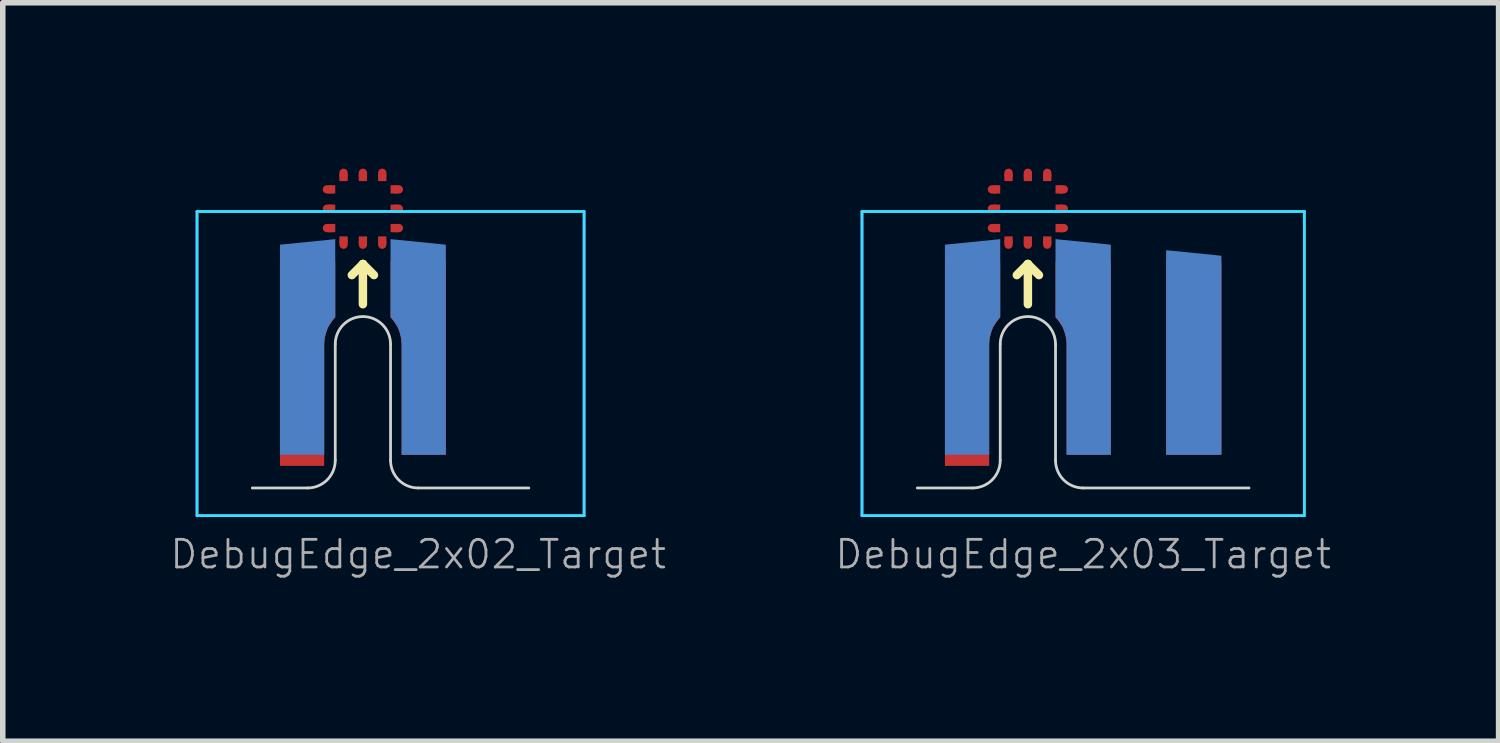
<source format=kicad_pcb>
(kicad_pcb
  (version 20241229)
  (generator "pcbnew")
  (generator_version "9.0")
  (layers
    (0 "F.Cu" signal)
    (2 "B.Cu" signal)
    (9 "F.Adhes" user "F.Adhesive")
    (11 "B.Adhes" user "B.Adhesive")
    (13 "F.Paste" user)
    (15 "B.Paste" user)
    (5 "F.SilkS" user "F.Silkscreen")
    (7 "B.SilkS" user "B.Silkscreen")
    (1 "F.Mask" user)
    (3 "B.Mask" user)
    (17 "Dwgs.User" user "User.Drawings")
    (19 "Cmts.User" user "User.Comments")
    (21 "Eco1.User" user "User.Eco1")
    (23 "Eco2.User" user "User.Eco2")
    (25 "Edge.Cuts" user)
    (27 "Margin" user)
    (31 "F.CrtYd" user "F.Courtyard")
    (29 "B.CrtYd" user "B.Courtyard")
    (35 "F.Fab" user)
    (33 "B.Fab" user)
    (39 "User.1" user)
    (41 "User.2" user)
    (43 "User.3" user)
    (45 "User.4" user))
  (footprint "DebugEdge_2x03_Target"
    (layer "F.Cu")
    (at 16.539 5.775)
    (property "Reference" "DebugEdge_2x03_Target" (at 0 1.2 0) (unlocked yes) (layer "F.Fab") (effects (font (size 0.5 0.5) (thickness 0.05))))
    (attr exclude_from_pos_files exclude_from_bom)
    (fp_line (start -1.6 -5.4) (end -1.65 -5.4) (stroke (width 0.15) (type solid)) (layer "F.Cu"))
    (fp_line (start -1.6 -5.05) (end -1.65 -5.05) (stroke (width 0.15) (type solid)) (layer "F.Cu"))
    (fp_line (start -1.6 -4.7) (end -1.65 -4.7) (stroke (width 0.15) (type solid)) (layer "F.Cu"))
    (fp_line (start -1.35 -5.65) (end -1.35 -5.7) (stroke (width 0.15) (type solid)) (layer "F.Cu"))
    (fp_line (start -1.35 -4.45) (end -1.35 -4.4) (stroke (width 0.15) (type solid)) (layer "F.Cu"))
    (fp_line (start -1 -5.65) (end -1 -5.7) (stroke (width 0.15) (type solid)) (layer "F.Cu"))
    (fp_line (start -1 -4.45) (end -1 -4.4) (stroke (width 0.15) (type solid)) (layer "F.Cu"))
    (fp_line (start -0.65 -5.65) (end -0.65 -5.7) (stroke (width 0.15) (type solid)) (layer "F.Cu"))
    (fp_line (start -0.65 -4.45) (end -0.65 -4.4) (stroke (width 0.15) (type solid)) (layer "F.Cu"))
    (fp_line (start -0.4 -5.4) (end -0.35 -5.4) (stroke (width 0.15) (type solid)) (layer "F.Cu"))
    (fp_line (start -0.4 -5.05) (end -0.35 -5.05) (stroke (width 0.15) (type solid)) (layer "F.Cu"))
    (fp_line (start -0.4 -4.7) (end -0.35 -4.7) (stroke (width 0.15) (type solid)) (layer "F.Cu"))
    (fp_poly (pts (xy -1.5 -5.475) (xy -1.5 -5.325) (xy -1.625 -5.325) (xy -1.625 -5.475)) (stroke (width 0) (type solid)) (fill yes) (layer "F.Cu"))
    (fp_poly (pts (xy -1.5 -5.125) (xy -1.5 -4.975) (xy -1.625 -4.975) (xy -1.625 -5.125)) (stroke (width 0) (type solid)) (fill yes) (layer "F.Cu"))
    (fp_poly (pts (xy -1.5 -4.775) (xy -1.5 -4.625) (xy -1.625 -4.625) (xy -1.625 -4.775)) (stroke (width 0) (type solid)) (fill yes) (layer "F.Cu"))
    (fp_poly (pts (xy -1.425 -4.55) (xy -1.275 -4.55) (xy -1.275 -4.425) (xy -1.425 -4.425)) (stroke (width 0) (type solid)) (fill yes) (layer "F.Cu"))
    (fp_poly (pts (xy -1.275 -5.55) (xy -1.425 -5.55) (xy -1.425 -5.675) (xy -1.275 -5.675)) (stroke (width 0) (type solid)) (fill yes) (layer "F.Cu"))
    (fp_poly (pts (xy -1.075 -4.55) (xy -0.925 -4.55) (xy -0.925 -4.425) (xy -1.075 -4.425)) (stroke (width 0) (type solid)) (fill yes) (layer "F.Cu"))
    (fp_poly (pts (xy -0.925 -5.55) (xy -1.075 -5.55) (xy -1.075 -5.675) (xy -0.925 -5.675)) (stroke (width 0) (type solid)) (fill yes) (layer "F.Cu"))
    (fp_poly (pts (xy -0.725 -4.55) (xy -0.575 -4.55) (xy -0.575 -4.425) (xy -0.725 -4.425)) (stroke (width 0) (type solid)) (fill yes) (layer "F.Cu"))
    (fp_poly (pts (xy -0.575 -5.55) (xy -0.725 -5.55) (xy -0.725 -5.675) (xy -0.575 -5.675)) (stroke (width 0) (type solid)) (fill yes) (layer "F.Cu"))
    (fp_poly (pts (xy -0.5 -5.325) (xy -0.5 -5.475) (xy -0.375 -5.475) (xy -0.375 -5.325)) (stroke (width 0) (type solid)) (fill yes) (layer "F.Cu"))
    (fp_poly (pts (xy -0.5 -4.975) (xy -0.5 -5.125) (xy -0.375 -5.125) (xy -0.375 -4.975)) (stroke (width 0) (type solid)) (fill yes) (layer "F.Cu"))
    (fp_poly (pts (xy -0.5 -4.625) (xy -0.5 -4.775) (xy -0.375 -4.775) (xy -0.375 -4.625)) (stroke (width 0) (type solid)) (fill yes) (layer "F.Cu"))
    (fp_line (start -1.5 -5.4) (end -1.65 -5.4) (stroke (width 0.15) (type solid)) (layer "F.Mask"))
    (fp_line (start -1.5 -5.05) (end -1.65 -5.05) (stroke (width 0.15) (type solid)) (layer "F.Mask"))
    (fp_line (start -1.5 -4.7) (end -1.65 -4.7) (stroke (width 0.15) (type solid)) (layer "F.Mask"))
    (fp_line (start -1.35 -5.55) (end -1.35 -5.7) (stroke (width 0.15) (type solid)) (layer "F.Mask"))
    (fp_line (start -1.35 -4.55) (end -1.35 -4.4) (stroke (width 0.15) (type solid)) (layer "F.Mask"))
    (fp_line (start -1 -5.55) (end -1 -5.7) (stroke (width 0.15) (type solid)) (layer "F.Mask"))
    (fp_line (start -1 -4.55) (end -1 -4.4) (stroke (width 0.15) (type solid)) (layer "F.Mask"))
    (fp_line (start -0.65 -5.55) (end -0.65 -5.7) (stroke (width 0.15) (type solid)) (layer "F.Mask"))
    (fp_line (start -0.65 -4.55) (end -0.65 -4.4) (stroke (width 0.15) (type solid)) (layer "F.Mask"))
    (fp_line (start -0.5 -5.4) (end -0.35 -5.4) (stroke (width 0.15) (type solid)) (layer "F.Mask"))
    (fp_line (start -0.5 -5.05) (end -0.35 -5.05) (stroke (width 0.15) (type solid)) (layer "F.Mask"))
    (fp_line (start -0.5 -4.7) (end -0.35 -4.7) (stroke (width 0.15) (type solid)) (layer "F.Mask"))
    (fp_poly (pts (xy -0.55 -4.6) (xy -1.45 -4.6) (xy -1.45 -5.5) (xy -0.55 -5.5)) (stroke (width 0.1) (type solid)) (fill yes) (layer "F.Mask"))
    (fp_line (start -1.2 -3.85) (end -1 -4.05) (stroke (width 0.153) (type solid)) (layer "F.SilkS"))
    (fp_line (start -1 -4.05) (end -1 -3.323) (stroke (width 0.153) (type solid)) (layer "F.SilkS"))
    (fp_line (start -1 -4.05) (end -0.8 -3.85) (stroke (width 0.153) (type solid)) (layer "F.SilkS"))
    (fp_line (start -3 0) (end -2 0) (stroke (width 0.05) (type solid)) (layer "Edge.Cuts"))
    (fp_line (start -1.5 -2.6) (end -1.5 -0.5) (stroke (width 0.05) (type solid)) (layer "Edge.Cuts"))
    (fp_line (start -0.5 -0.5) (end -0.5 -2.6) (stroke (width 0.05) (type solid)) (layer "Edge.Cuts"))
    (fp_line (start 0 0) (end 3 0) (stroke (width 0.05) (type solid)) (layer "Edge.Cuts"))
    (fp_arc (start -1.5 -2.6) (mid -1 -3.1) (end -0.5 -2.6) (stroke (width 0.05) (type solid)) (layer "Edge.Cuts"))
    (fp_arc (start -1.5 -0.5) (mid -1.646447 -0.146447) (end -2 0) (stroke (width 0.05) (type solid)) (layer "Edge.Cuts"))
    (fp_arc (start 0 0) (mid -0.353553 -0.146447) (end -0.5 -0.5) (stroke (width 0.05) (type solid)) (layer "Edge.Cuts"))
    (fp_line (start -4 -5) (end -4 0.5) (stroke (width 0.05) (type solid)) (layer "B.CrtYd"))
    (fp_line (start -4 0.5) (end 4 0.5) (stroke (width 0.05) (type solid)) (layer "B.CrtYd"))
    (fp_line (start 4 -5) (end -4 -5) (stroke (width 0.05) (type solid)) (layer "B.CrtYd"))
    (fp_line (start 4 0.5) (end 4 -5) (stroke (width 0.05) (type solid)) (layer "B.CrtYd"))
    (fp_line (start -4 -5) (end 4 -5) (stroke (width 0.05) (type solid)) (layer "F.CrtYd"))
    (fp_line (start -4 0.5) (end -4 -5) (stroke (width 0.05) (type solid)) (layer "F.CrtYd"))
    (fp_line (start 4 -5) (end 4 0.5) (stroke (width 0.05) (type solid)) (layer "F.CrtYd"))
    (fp_line (start 4 0.5) (end -4 0.5) (stroke (width 0.05) (type solid)) (layer "F.CrtYd"))
    (pad "1" smd custom (at -2 -3.6) (size 1 1) (layers "F.Cu" "F.Mask") (options (anchor rect)) (primitives (gr_poly (pts (xy 0.3 1) (xy 0.31 0.89) (xy 0.33 0.81) (xy 0.35 0.75) (xy 0.37 0.7) (xy 0.4 0.65) (xy 0.44 0.59) (xy 0.48 0.54) (xy 0.5 0.52) (xy 0.5 -0.5) (xy -0.5 -0.5) (xy -0.5 3.2) (xy 0.3 3.2)) (width 0) (fill yes))))
    (pad "2" smd custom (at 0 -3.6) (size 1 1) (layers "F.Cu" "F.Mask") (options (anchor rect)) (primitives (gr_poly (pts (xy -0.3 1) (xy -0.31 0.89) (xy -0.33 0.81) (xy -0.35 0.75) (xy -0.37 0.7) (xy -0.4 0.65) (xy -0.44 0.59) (xy -0.48 0.54) (xy -0.5 0.52) (xy -0.5 -0.5) (xy 0.5 -0.5) (xy 0.5 3) (xy -0.3 3)) (width 0) (fill yes))))
    (pad "3" smd custom (at -2 -2.1) (size 0.4 0.4) (layers "B.Cu" "B.Mask") (options (anchor rect)) (primitives (gr_poly (pts (xy 0.3 -0.51) (xy 0.31 -0.62) (xy 0.33 -0.7) (xy 0.35 -0.76) (xy 0.37 -0.81) (xy 0.4 -0.86) (xy 0.44 -0.92) (xy 0.48 -0.97) (xy 0.5 -0.99) (xy 0.5 -2.4) (xy -0.5 -2.3) (xy -0.5 1.5) (xy 0.3 1.5)) (width 0) (fill yes))))
    (pad "4" smd custom (at 0 -2.1) (size 0.4 0.4) (layers "B.Cu" "B.Mask") (options (anchor rect)) (primitives (gr_poly (pts (xy -0.3 -0.51) (xy -0.31 -0.62) (xy -0.33 -0.7) (xy -0.35 -0.76) (xy -0.37 -0.81) (xy -0.4 -0.86) (xy -0.44 -0.92) (xy -0.48 -0.97) (xy -0.5 -0.99) (xy -0.5 -2.4) (xy 0.5 -2.3) (xy 0.5 1.5) (xy -0.3 1.5)) (width 0) (fill yes))))
    (pad "5" smd rect (at 2 -2.35 180) (size 1 3.5) (layers "F.Cu" "F.Mask"))
    (pad "6" smd custom (at 2 -2.4) (size 1 3.6) (layers "B.Cu" "B.Mask") (options (anchor rect)) (primitives (gr_poly (pts (xy -0.5 -1.8) (xy -0.5 -1.9) (xy 0.5 -1.8)) (width 0) (fill yes)))))
  (footprint "DebugEdge_2x02_Target"
    (layer "F.Cu")
    (at 4.513 5.775)
    (property "Reference" "DebugEdge_2x02_Target" (at 0 1.2 0) (unlocked yes) (layer "F.Fab") (effects (font (size 0.5 0.5) (thickness 0.05))))
    (attr exclude_from_pos_files exclude_from_bom)
    (fp_line (start -1.6 -5.4) (end -1.65 -5.4) (stroke (width 0.15) (type solid)) (layer "F.Cu"))
    (fp_line (start -1.6 -5.05) (end -1.65 -5.05) (stroke (width 0.15) (type solid)) (layer "F.Cu"))
    (fp_line (start -1.6 -4.7) (end -1.65 -4.7) (stroke (width 0.15) (type solid)) (layer "F.Cu"))
    (fp_line (start -1.35 -5.65) (end -1.35 -5.7) (stroke (width 0.15) (type solid)) (layer "F.Cu"))
    (fp_line (start -1.35 -4.45) (end -1.35 -4.4) (stroke (width 0.15) (type solid)) (layer "F.Cu"))
    (fp_line (start -1 -5.65) (end -1 -5.7) (stroke (width 0.15) (type solid)) (layer "F.Cu"))
    (fp_line (start -1 -4.45) (end -1 -4.4) (stroke (width 0.15) (type solid)) (layer "F.Cu"))
    (fp_line (start -0.65 -5.65) (end -0.65 -5.7) (stroke (width 0.15) (type solid)) (layer "F.Cu"))
    (fp_line (start -0.65 -4.45) (end -0.65 -4.4) (stroke (width 0.15) (type solid)) (layer "F.Cu"))
    (fp_line (start -0.4 -5.4) (end -0.35 -5.4) (stroke (width 0.15) (type solid)) (layer "F.Cu"))
    (fp_line (start -0.4 -5.05) (end -0.35 -5.05) (stroke (width 0.15) (type solid)) (layer "F.Cu"))
    (fp_line (start -0.4 -4.7) (end -0.35 -4.7) (stroke (width 0.15) (type solid)) (layer "F.Cu"))
    (fp_poly (pts (xy -1.5 -5.475) (xy -1.5 -5.325) (xy -1.625 -5.325) (xy -1.625 -5.475)) (stroke (width 0) (type solid)) (fill yes) (layer "F.Cu"))
    (fp_poly (pts (xy -1.5 -5.125) (xy -1.5 -4.975) (xy -1.625 -4.975) (xy -1.625 -5.125)) (stroke (width 0) (type solid)) (fill yes) (layer "F.Cu"))
    (fp_poly (pts (xy -1.5 -4.775) (xy -1.5 -4.625) (xy -1.625 -4.625) (xy -1.625 -4.775)) (stroke (width 0) (type solid)) (fill yes) (layer "F.Cu"))
    (fp_poly (pts (xy -1.425 -4.55) (xy -1.275 -4.55) (xy -1.275 -4.425) (xy -1.425 -4.425)) (stroke (width 0) (type solid)) (fill yes) (layer "F.Cu"))
    (fp_poly (pts (xy -1.275 -5.55) (xy -1.425 -5.55) (xy -1.425 -5.675) (xy -1.275 -5.675)) (stroke (width 0) (type solid)) (fill yes) (layer "F.Cu"))
    (fp_poly (pts (xy -1.075 -4.55) (xy -0.925 -4.55) (xy -0.925 -4.425) (xy -1.075 -4.425)) (stroke (width 0) (type solid)) (fill yes) (layer "F.Cu"))
    (fp_poly (pts (xy -0.925 -5.55) (xy -1.075 -5.55) (xy -1.075 -5.675) (xy -0.925 -5.675)) (stroke (width 0) (type solid)) (fill yes) (layer "F.Cu"))
    (fp_poly (pts (xy -0.725 -4.55) (xy -0.575 -4.55) (xy -0.575 -4.425) (xy -0.725 -4.425)) (stroke (width 0) (type solid)) (fill yes) (layer "F.Cu"))
    (fp_poly (pts (xy -0.575 -5.55) (xy -0.725 -5.55) (xy -0.725 -5.675) (xy -0.575 -5.675)) (stroke (width 0) (type solid)) (fill yes) (layer "F.Cu"))
    (fp_poly (pts (xy -0.5 -5.325) (xy -0.5 -5.475) (xy -0.375 -5.475) (xy -0.375 -5.325)) (stroke (width 0) (type solid)) (fill yes) (layer "F.Cu"))
    (fp_poly (pts (xy -0.5 -4.975) (xy -0.5 -5.125) (xy -0.375 -5.125) (xy -0.375 -4.975)) (stroke (width 0) (type solid)) (fill yes) (layer "F.Cu"))
    (fp_poly (pts (xy -0.5 -4.625) (xy -0.5 -4.775) (xy -0.375 -4.775) (xy -0.375 -4.625)) (stroke (width 0) (type solid)) (fill yes) (layer "F.Cu"))
    (fp_line (start -1.5 -5.4) (end -1.65 -5.4) (stroke (width 0.15) (type solid)) (layer "F.Mask"))
    (fp_line (start -1.5 -5.05) (end -1.65 -5.05) (stroke (width 0.15) (type solid)) (layer "F.Mask"))
    (fp_line (start -1.5 -4.7) (end -1.65 -4.7) (stroke (width 0.15) (type solid)) (layer "F.Mask"))
    (fp_line (start -1.35 -5.55) (end -1.35 -5.7) (stroke (width 0.15) (type solid)) (layer "F.Mask"))
    (fp_line (start -1.35 -4.55) (end -1.35 -4.4) (stroke (width 0.15) (type solid)) (layer "F.Mask"))
    (fp_line (start -1 -5.55) (end -1 -5.7) (stroke (width 0.15) (type solid)) (layer "F.Mask"))
    (fp_line (start -1 -4.55) (end -1 -4.4) (stroke (width 0.15) (type solid)) (layer "F.Mask"))
    (fp_line (start -0.65 -5.55) (end -0.65 -5.7) (stroke (width 0.15) (type solid)) (layer "F.Mask"))
    (fp_line (start -0.65 -4.55) (end -0.65 -4.4) (stroke (width 0.15) (type solid)) (layer "F.Mask"))
    (fp_line (start -0.5 -5.4) (end -0.35 -5.4) (stroke (width 0.15) (type solid)) (layer "F.Mask"))
    (fp_line (start -0.5 -5.05) (end -0.35 -5.05) (stroke (width 0.15) (type solid)) (layer "F.Mask"))
    (fp_line (start -0.5 -4.7) (end -0.35 -4.7) (stroke (width 0.15) (type solid)) (layer "F.Mask"))
    (fp_poly (pts (xy -0.55 -4.6) (xy -1.45 -4.6) (xy -1.45 -5.5) (xy -0.55 -5.5)) (stroke (width 0.1) (type solid)) (fill yes) (layer "F.Mask"))
    (fp_line (start -1.2 -3.85) (end -1 -4.05) (stroke (width 0.153) (type solid)) (layer "F.SilkS"))
    (fp_line (start -1 -4.05) (end -1 -3.323) (stroke (width 0.153) (type solid)) (layer "F.SilkS"))
    (fp_line (start -1 -4.05) (end -0.8 -3.85) (stroke (width 0.153) (type solid)) (layer "F.SilkS"))
    (fp_line (start -3 0) (end -2 0) (stroke (width 0.05) (type solid)) (layer "Edge.Cuts"))
    (fp_line (start -1.5 -2.6) (end -1.5 -0.5) (stroke (width 0.05) (type solid)) (layer "Edge.Cuts"))
    (fp_line (start -0.5 -0.5) (end -0.5 -2.6) (stroke (width 0.05) (type solid)) (layer "Edge.Cuts"))
    (fp_line (start 0 0) (end 2 0) (stroke (width 0.05) (type solid)) (layer "Edge.Cuts"))
    (fp_arc (start -1.5 -2.6) (mid -1 -3.1) (end -0.5 -2.6) (stroke (width 0.05) (type solid)) (layer "Edge.Cuts"))
    (fp_arc (start -1.5 -0.5) (mid -1.646447 -0.146447) (end -2 0) (stroke (width 0.05) (type solid)) (layer "Edge.Cuts"))
    (fp_arc (start 0 0) (mid -0.353553 -0.146447) (end -0.5 -0.5) (stroke (width 0.05) (type solid)) (layer "Edge.Cuts"))
    (fp_line (start -4 -5) (end -4 0.5) (stroke (width 0.05) (type solid)) (layer "B.CrtYd"))
    (fp_line (start -4 0.5) (end 3 0.5) (stroke (width 0.05) (type solid)) (layer "B.CrtYd"))
    (fp_line (start 3 -5) (end -4 -5) (stroke (width 0.05) (type solid)) (layer "B.CrtYd"))
    (fp_line (start 3 0.5) (end 3 -5) (stroke (width 0.05) (type solid)) (layer "B.CrtYd"))
    (fp_line (start -4 -5) (end 3 -5) (stroke (width 0.05) (type solid)) (layer "F.CrtYd"))
    (fp_line (start -4 0.5) (end -4 -5) (stroke (width 0.05) (type solid)) (layer "F.CrtYd"))
    (fp_line (start 3 -5) (end 3 0.5) (stroke (width 0.05) (type solid)) (layer "F.CrtYd"))
    (fp_line (start 3 0.5) (end -4 0.5) (stroke (width 0.05) (type solid)) (layer "F.CrtYd"))
    (pad "1" smd custom (at -2 -3.6) (size 1 1) (layers "F.Cu" "F.Mask") (options (anchor rect)) (primitives (gr_poly (pts (xy 0.3 1) (xy 0.31 0.89) (xy 0.33 0.81) (xy 0.35 0.75) (xy 0.37 0.7) (xy 0.4 0.65) (xy 0.44 0.59) (xy 0.48 0.54) (xy 0.5 0.52) (xy 0.5 -0.5) (xy -0.5 -0.5) (xy -0.5 3.2) (xy 0.3 3.2)) (width 0) (fill yes))))
    (pad "2" smd custom (at 0 -3.6) (size 1 1) (layers "F.Cu" "F.Mask") (options (anchor rect)) (primitives (gr_poly (pts (xy -0.3 1) (xy -0.31 0.89) (xy -0.33 0.81) (xy -0.35 0.75) (xy -0.37 0.7) (xy -0.4 0.65) (xy -0.44 0.59) (xy -0.48 0.54) (xy -0.5 0.52) (xy -0.5 -0.5) (xy 0.5 -0.5) (xy 0.5 3) (xy -0.3 3)) (width 0) (fill yes))))
    (pad "3" smd custom (at -2 -2.1) (size 0.4 0.4) (layers "B.Cu" "B.Mask") (options (anchor rect)) (primitives (gr_poly (pts (xy 0.3 -0.51) (xy 0.31 -0.62) (xy 0.33 -0.7) (xy 0.35 -0.76) (xy 0.37 -0.81) (xy 0.4 -0.86) (xy 0.44 -0.92) (xy 0.48 -0.97) (xy 0.5 -0.99) (xy 0.5 -2.4) (xy -0.5 -2.3) (xy -0.5 1.5) (xy 0.3 1.5)) (width 0) (fill yes))))
    (pad "4" smd custom (at 0 -2.1) (size 0.4 0.4) (layers "B.Cu" "B.Mask") (options (anchor rect)) (primitives (gr_poly (pts (xy -0.3 -0.51) (xy -0.31 -0.62) (xy -0.33 -0.7) (xy -0.35 -0.76) (xy -0.37 -0.81) (xy -0.4 -0.86) (xy -0.44 -0.92) (xy -0.48 -0.97) (xy -0.5 -0.99) (xy -0.5 -2.4) (xy 0.5 -2.3) (xy 0.5 1.5) (xy -0.3 1.5)) (width 0) (fill yes)))))
  (gr_rect
    (start -3 -3)
    (end 24.052 10.355)
    (stroke (width 0.1) (type default))
    (fill no)
    (layer "Edge.Cuts")))
</source>
